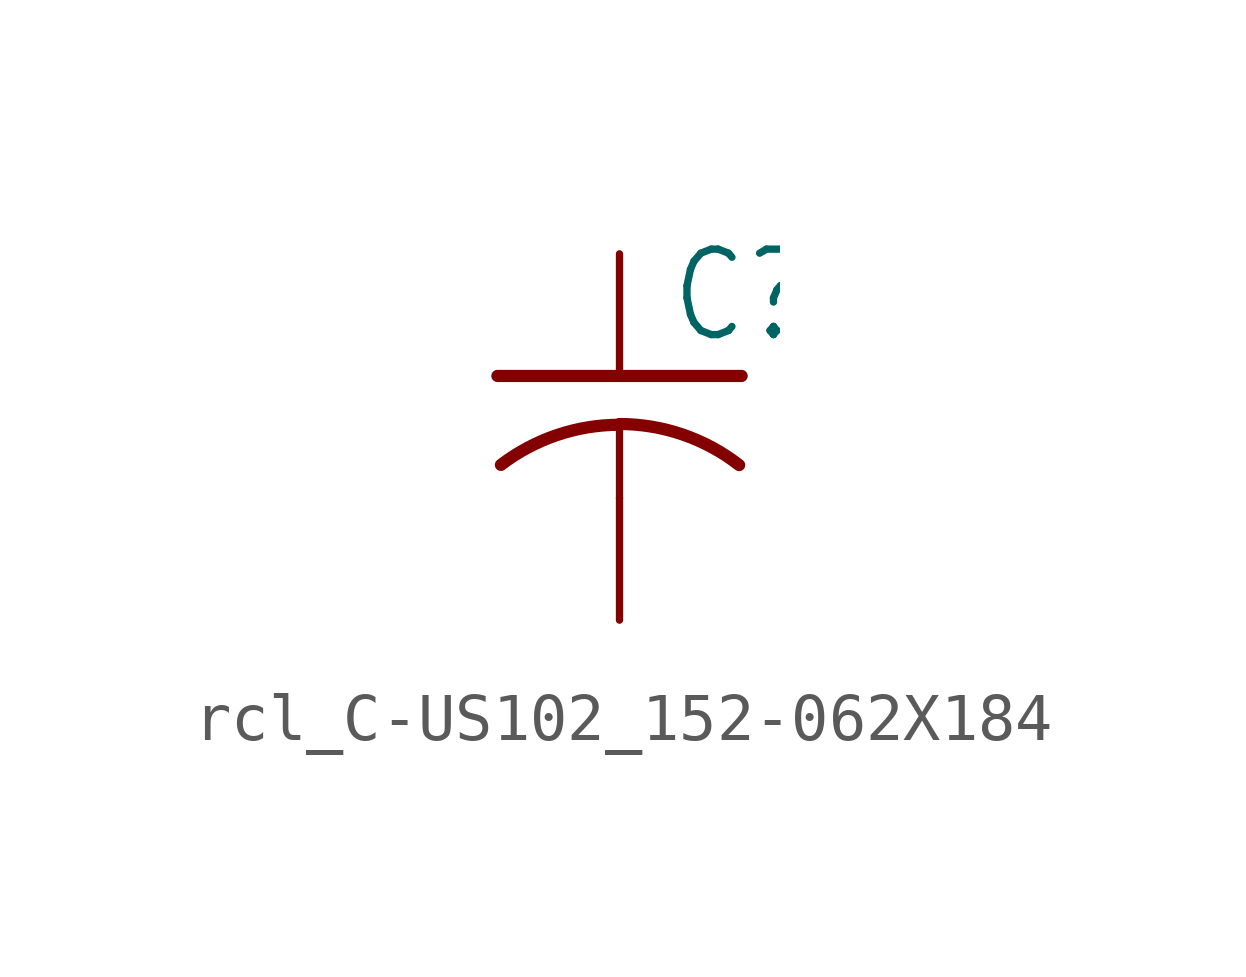
<source format=kicad_sym>
(kicad_symbol_lib
  (version 20231120)
  (generator "kicad_symbol_editor")
  (generator_version "8.0")
  (symbol "rcl_C-US102_152-062X184"
    (property "Reference" "C"
      (at 1.016 0.635 0)
      (effects (font (size 1.778 1.511)) (justify left bottom)))
    (property "Value" ""
      (at 1.016 -4.191 0)
      (effects (font (size 1.778 1.511)) (justify left bottom)))
    (property "ki_locked" ""
      (at 0 0 0)
      (effects (font (size 1.27 1.27))))
    (symbol "rcl_C-US102_152-062X184_1_0"
      (arc (start 0 -1.0161) (mid -1.302 -1.2303) (end -2.4668 -1.8504) (stroke (width 0.254) (type solid)) (fill (type none)))
      (polyline (pts (xy -2.54 0) (xy 2.54 0)) (stroke (width 0.254) (type solid)) (fill (type none)))
      (polyline (pts (xy 0 -1.016) (xy 0 -2.54)) (stroke (width 0.152) (type solid)) (fill (type none)))
      (arc (start 2.4892 -1.8541) (mid 1.3158 -1.2194) (end 0 -1) (stroke (width 0.254) (type solid)) (fill (type none)))
      (pin passive line (at 0 2.54 270) (length 2.54) (name "1" (effects (font (size 0 0)))) (number "1" (effects (font (size 0 0)))))
      (pin passive line (at 0 -5.08 90) (length 2.54) (name "2" (effects (font (size 0 0)))) (number "2" (effects (font (size 0 0))))))))
</source>
